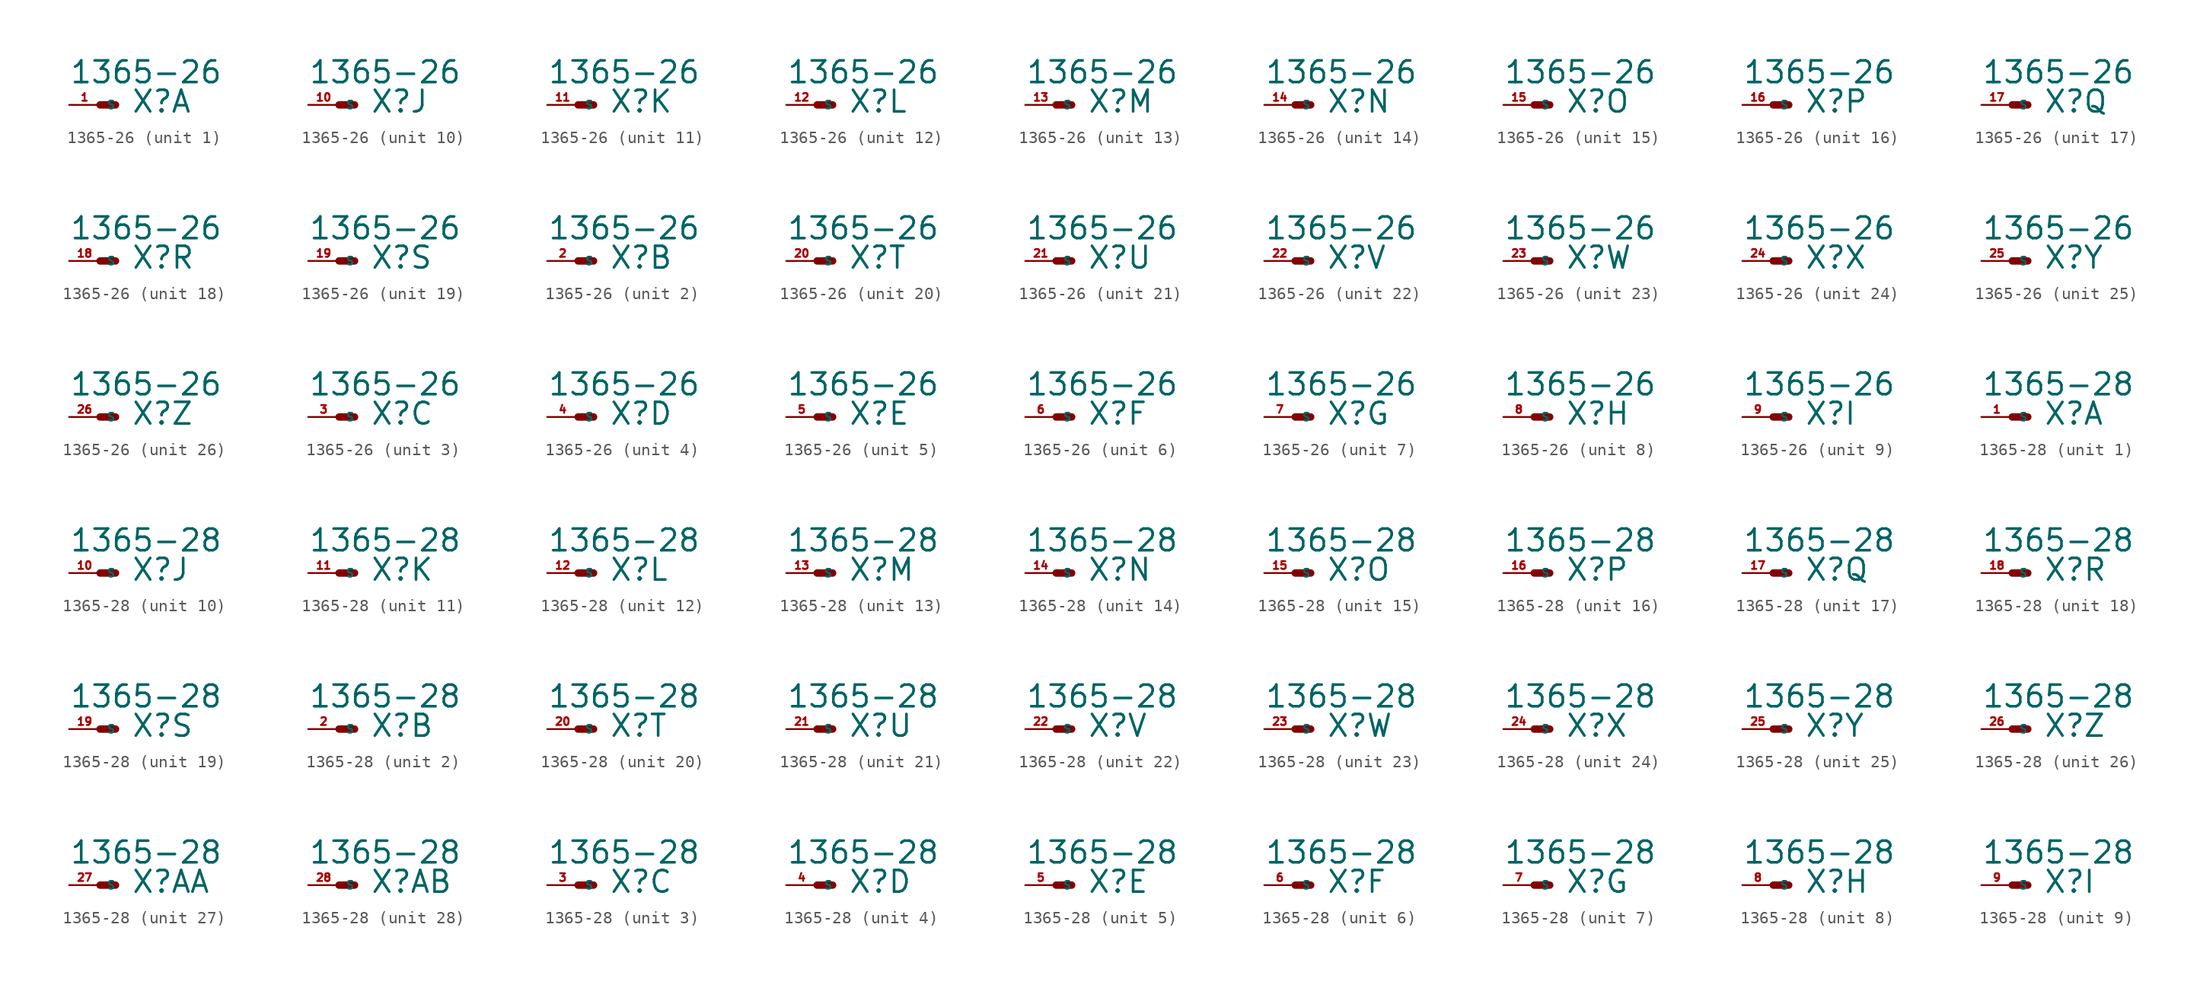
<source format=kicad_sym>
(kicad_symbol_lib
  (version 20220914)
  (generator Eagle2Kicad)
  (symbol "1365-26"
    (property "Reference" "X"
      (at 2.54 -0.762 0)
      (effects (font (size 1.778 1.778) (thickness 0.22)) (justify left bottom)))
    (property "Value" "1365-26"
      (at -2.54 1.651 0)
      (effects (font (size 1.778 1.778) (thickness 0.22)) (justify left bottom)))
    (symbol "1365-26_1_0"
      (polyline (pts (xy 0 0) (xy 1.27 0)) (stroke (width 0.61) (type default)) (fill (type none)))
      (pin passive line (at -2.54 0 0) (length 2.54) (name "S" (effects (font (size 0.635 0.635) (thickness 0.08)) (justify left bottom))) (number "1" (effects (font (size 0.635 0.635) (thickness 0.08)) (justify left bottom)))))
    (symbol "1365-26_2_0"
      (polyline (pts (xy 0 0) (xy 1.27 0)) (stroke (width 0.61) (type default)) (fill (type none)))
      (pin passive line (at -2.54 0 0) (length 2.54) (name "S" (effects (font (size 0.635 0.635) (thickness 0.08)) (justify left bottom))) (number "2" (effects (font (size 0.635 0.635) (thickness 0.08)) (justify left bottom)))))
    (symbol "1365-26_3_0"
      (polyline (pts (xy 0 0) (xy 1.27 0)) (stroke (width 0.61) (type default)) (fill (type none)))
      (pin passive line (at -2.54 0 0) (length 2.54) (name "S" (effects (font (size 0.635 0.635) (thickness 0.08)) (justify left bottom))) (number "3" (effects (font (size 0.635 0.635) (thickness 0.08)) (justify left bottom)))))
    (symbol "1365-26_4_0"
      (polyline (pts (xy 0 0) (xy 1.27 0)) (stroke (width 0.61) (type default)) (fill (type none)))
      (pin passive line (at -2.54 0 0) (length 2.54) (name "S" (effects (font (size 0.635 0.635) (thickness 0.08)) (justify left bottom))) (number "4" (effects (font (size 0.635 0.635) (thickness 0.08)) (justify left bottom)))))
    (symbol "1365-26_5_0"
      (polyline (pts (xy 0 0) (xy 1.27 0)) (stroke (width 0.61) (type default)) (fill (type none)))
      (pin passive line (at -2.54 0 0) (length 2.54) (name "S" (effects (font (size 0.635 0.635) (thickness 0.08)) (justify left bottom))) (number "5" (effects (font (size 0.635 0.635) (thickness 0.08)) (justify left bottom)))))
    (symbol "1365-26_6_0"
      (polyline (pts (xy 0 0) (xy 1.27 0)) (stroke (width 0.61) (type default)) (fill (type none)))
      (pin passive line (at -2.54 0 0) (length 2.54) (name "S" (effects (font (size 0.635 0.635) (thickness 0.08)) (justify left bottom))) (number "6" (effects (font (size 0.635 0.635) (thickness 0.08)) (justify left bottom)))))
    (symbol "1365-26_7_0"
      (polyline (pts (xy 0 0) (xy 1.27 0)) (stroke (width 0.61) (type default)) (fill (type none)))
      (pin passive line (at -2.54 0 0) (length 2.54) (name "S" (effects (font (size 0.635 0.635) (thickness 0.08)) (justify left bottom))) (number "7" (effects (font (size 0.635 0.635) (thickness 0.08)) (justify left bottom)))))
    (symbol "1365-26_8_0"
      (polyline (pts (xy 0 0) (xy 1.27 0)) (stroke (width 0.61) (type default)) (fill (type none)))
      (pin passive line (at -2.54 0 0) (length 2.54) (name "S" (effects (font (size 0.635 0.635) (thickness 0.08)) (justify left bottom))) (number "8" (effects (font (size 0.635 0.635) (thickness 0.08)) (justify left bottom)))))
    (symbol "1365-26_9_0"
      (polyline (pts (xy 0 0) (xy 1.27 0)) (stroke (width 0.61) (type default)) (fill (type none)))
      (pin passive line (at -2.54 0 0) (length 2.54) (name "S" (effects (font (size 0.635 0.635) (thickness 0.08)) (justify left bottom))) (number "9" (effects (font (size 0.635 0.635) (thickness 0.08)) (justify left bottom)))))
    (symbol "1365-26_10_0"
      (polyline (pts (xy 0 0) (xy 1.27 0)) (stroke (width 0.61) (type default)) (fill (type none)))
      (pin passive line (at -2.54 0 0) (length 2.54) (name "S" (effects (font (size 0.635 0.635) (thickness 0.08)) (justify left bottom))) (number "10" (effects (font (size 0.635 0.635) (thickness 0.08)) (justify left bottom)))))
    (symbol "1365-26_11_0"
      (polyline (pts (xy 0 0) (xy 1.27 0)) (stroke (width 0.61) (type default)) (fill (type none)))
      (pin passive line (at -2.54 0 0) (length 2.54) (name "S" (effects (font (size 0.635 0.635) (thickness 0.08)) (justify left bottom))) (number "11" (effects (font (size 0.635 0.635) (thickness 0.08)) (justify left bottom)))))
    (symbol "1365-26_12_0"
      (polyline (pts (xy 0 0) (xy 1.27 0)) (stroke (width 0.61) (type default)) (fill (type none)))
      (pin passive line (at -2.54 0 0) (length 2.54) (name "S" (effects (font (size 0.635 0.635) (thickness 0.08)) (justify left bottom))) (number "12" (effects (font (size 0.635 0.635) (thickness 0.08)) (justify left bottom)))))
    (symbol "1365-26_13_0"
      (polyline (pts (xy 0 0) (xy 1.27 0)) (stroke (width 0.61) (type default)) (fill (type none)))
      (pin passive line (at -2.54 0 0) (length 2.54) (name "S" (effects (font (size 0.635 0.635) (thickness 0.08)) (justify left bottom))) (number "13" (effects (font (size 0.635 0.635) (thickness 0.08)) (justify left bottom)))))
    (symbol "1365-26_14_0"
      (polyline (pts (xy 0 0) (xy 1.27 0)) (stroke (width 0.61) (type default)) (fill (type none)))
      (pin passive line (at -2.54 0 0) (length 2.54) (name "S" (effects (font (size 0.635 0.635) (thickness 0.08)) (justify left bottom))) (number "14" (effects (font (size 0.635 0.635) (thickness 0.08)) (justify left bottom)))))
    (symbol "1365-26_15_0"
      (polyline (pts (xy 0 0) (xy 1.27 0)) (stroke (width 0.61) (type default)) (fill (type none)))
      (pin passive line (at -2.54 0 0) (length 2.54) (name "S" (effects (font (size 0.635 0.635) (thickness 0.08)) (justify left bottom))) (number "15" (effects (font (size 0.635 0.635) (thickness 0.08)) (justify left bottom)))))
    (symbol "1365-26_16_0"
      (polyline (pts (xy 0 0) (xy 1.27 0)) (stroke (width 0.61) (type default)) (fill (type none)))
      (pin passive line (at -2.54 0 0) (length 2.54) (name "S" (effects (font (size 0.635 0.635) (thickness 0.08)) (justify left bottom))) (number "16" (effects (font (size 0.635 0.635) (thickness 0.08)) (justify left bottom)))))
    (symbol "1365-26_17_0"
      (polyline (pts (xy 0 0) (xy 1.27 0)) (stroke (width 0.61) (type default)) (fill (type none)))
      (pin passive line (at -2.54 0 0) (length 2.54) (name "S" (effects (font (size 0.635 0.635) (thickness 0.08)) (justify left bottom))) (number "17" (effects (font (size 0.635 0.635) (thickness 0.08)) (justify left bottom)))))
    (symbol "1365-26_18_0"
      (polyline (pts (xy 0 0) (xy 1.27 0)) (stroke (width 0.61) (type default)) (fill (type none)))
      (pin passive line (at -2.54 0 0) (length 2.54) (name "S" (effects (font (size 0.635 0.635) (thickness 0.08)) (justify left bottom))) (number "18" (effects (font (size 0.635 0.635) (thickness 0.08)) (justify left bottom)))))
    (symbol "1365-26_19_0"
      (polyline (pts (xy 0 0) (xy 1.27 0)) (stroke (width 0.61) (type default)) (fill (type none)))
      (pin passive line (at -2.54 0 0) (length 2.54) (name "S" (effects (font (size 0.635 0.635) (thickness 0.08)) (justify left bottom))) (number "19" (effects (font (size 0.635 0.635) (thickness 0.08)) (justify left bottom)))))
    (symbol "1365-26_20_0"
      (polyline (pts (xy 0 0) (xy 1.27 0)) (stroke (width 0.61) (type default)) (fill (type none)))
      (pin passive line (at -2.54 0 0) (length 2.54) (name "S" (effects (font (size 0.635 0.635) (thickness 0.08)) (justify left bottom))) (number "20" (effects (font (size 0.635 0.635) (thickness 0.08)) (justify left bottom)))))
    (symbol "1365-26_21_0"
      (polyline (pts (xy 0 0) (xy 1.27 0)) (stroke (width 0.61) (type default)) (fill (type none)))
      (pin passive line (at -2.54 0 0) (length 2.54) (name "S" (effects (font (size 0.635 0.635) (thickness 0.08)) (justify left bottom))) (number "21" (effects (font (size 0.635 0.635) (thickness 0.08)) (justify left bottom)))))
    (symbol "1365-26_22_0"
      (polyline (pts (xy 0 0) (xy 1.27 0)) (stroke (width 0.61) (type default)) (fill (type none)))
      (pin passive line (at -2.54 0 0) (length 2.54) (name "S" (effects (font (size 0.635 0.635) (thickness 0.08)) (justify left bottom))) (number "22" (effects (font (size 0.635 0.635) (thickness 0.08)) (justify left bottom)))))
    (symbol "1365-26_23_0"
      (polyline (pts (xy 0 0) (xy 1.27 0)) (stroke (width 0.61) (type default)) (fill (type none)))
      (pin passive line (at -2.54 0 0) (length 2.54) (name "S" (effects (font (size 0.635 0.635) (thickness 0.08)) (justify left bottom))) (number "23" (effects (font (size 0.635 0.635) (thickness 0.08)) (justify left bottom)))))
    (symbol "1365-26_24_0"
      (polyline (pts (xy 0 0) (xy 1.27 0)) (stroke (width 0.61) (type default)) (fill (type none)))
      (pin passive line (at -2.54 0 0) (length 2.54) (name "S" (effects (font (size 0.635 0.635) (thickness 0.08)) (justify left bottom))) (number "24" (effects (font (size 0.635 0.635) (thickness 0.08)) (justify left bottom)))))
    (symbol "1365-26_25_0"
      (polyline (pts (xy 0 0) (xy 1.27 0)) (stroke (width 0.61) (type default)) (fill (type none)))
      (pin passive line (at -2.54 0 0) (length 2.54) (name "S" (effects (font (size 0.635 0.635) (thickness 0.08)) (justify left bottom))) (number "25" (effects (font (size 0.635 0.635) (thickness 0.08)) (justify left bottom)))))
    (symbol "1365-26_26_0"
      (polyline (pts (xy 0 0) (xy 1.27 0)) (stroke (width 0.61) (type default)) (fill (type none)))
      (pin passive line (at -2.54 0 0) (length 2.54) (name "S" (effects (font (size 0.635 0.635) (thickness 0.08)) (justify left bottom))) (number "26" (effects (font (size 0.635 0.635) (thickness 0.08)) (justify left bottom))))))
  (symbol "1365-28"
    (property "Reference" "X"
      (at 2.54 -0.762 0)
      (effects (font (size 1.778 1.778) (thickness 0.22)) (justify left bottom)))
    (property "Value" "1365-28"
      (at -2.54 1.651 0)
      (effects (font (size 1.778 1.778) (thickness 0.22)) (justify left bottom)))
    (symbol "1365-28_1_0"
      (polyline (pts (xy 0 0) (xy 1.27 0)) (stroke (width 0.61) (type default)) (fill (type none)))
      (pin passive line (at -2.54 0 0) (length 2.54) (name "S" (effects (font (size 0.635 0.635) (thickness 0.08)) (justify left bottom))) (number "1" (effects (font (size 0.635 0.635) (thickness 0.08)) (justify left bottom)))))
    (symbol "1365-28_2_0"
      (polyline (pts (xy 0 0) (xy 1.27 0)) (stroke (width 0.61) (type default)) (fill (type none)))
      (pin passive line (at -2.54 0 0) (length 2.54) (name "S" (effects (font (size 0.635 0.635) (thickness 0.08)) (justify left bottom))) (number "2" (effects (font (size 0.635 0.635) (thickness 0.08)) (justify left bottom)))))
    (symbol "1365-28_3_0"
      (polyline (pts (xy 0 0) (xy 1.27 0)) (stroke (width 0.61) (type default)) (fill (type none)))
      (pin passive line (at -2.54 0 0) (length 2.54) (name "S" (effects (font (size 0.635 0.635) (thickness 0.08)) (justify left bottom))) (number "3" (effects (font (size 0.635 0.635) (thickness 0.08)) (justify left bottom)))))
    (symbol "1365-28_4_0"
      (polyline (pts (xy 0 0) (xy 1.27 0)) (stroke (width 0.61) (type default)) (fill (type none)))
      (pin passive line (at -2.54 0 0) (length 2.54) (name "S" (effects (font (size 0.635 0.635) (thickness 0.08)) (justify left bottom))) (number "4" (effects (font (size 0.635 0.635) (thickness 0.08)) (justify left bottom)))))
    (symbol "1365-28_5_0"
      (polyline (pts (xy 0 0) (xy 1.27 0)) (stroke (width 0.61) (type default)) (fill (type none)))
      (pin passive line (at -2.54 0 0) (length 2.54) (name "S" (effects (font (size 0.635 0.635) (thickness 0.08)) (justify left bottom))) (number "5" (effects (font (size 0.635 0.635) (thickness 0.08)) (justify left bottom)))))
    (symbol "1365-28_6_0"
      (polyline (pts (xy 0 0) (xy 1.27 0)) (stroke (width 0.61) (type default)) (fill (type none)))
      (pin passive line (at -2.54 0 0) (length 2.54) (name "S" (effects (font (size 0.635 0.635) (thickness 0.08)) (justify left bottom))) (number "6" (effects (font (size 0.635 0.635) (thickness 0.08)) (justify left bottom)))))
    (symbol "1365-28_7_0"
      (polyline (pts (xy 0 0) (xy 1.27 0)) (stroke (width 0.61) (type default)) (fill (type none)))
      (pin passive line (at -2.54 0 0) (length 2.54) (name "S" (effects (font (size 0.635 0.635) (thickness 0.08)) (justify left bottom))) (number "7" (effects (font (size 0.635 0.635) (thickness 0.08)) (justify left bottom)))))
    (symbol "1365-28_8_0"
      (polyline (pts (xy 0 0) (xy 1.27 0)) (stroke (width 0.61) (type default)) (fill (type none)))
      (pin passive line (at -2.54 0 0) (length 2.54) (name "S" (effects (font (size 0.635 0.635) (thickness 0.08)) (justify left bottom))) (number "8" (effects (font (size 0.635 0.635) (thickness 0.08)) (justify left bottom)))))
    (symbol "1365-28_9_0"
      (polyline (pts (xy 0 0) (xy 1.27 0)) (stroke (width 0.61) (type default)) (fill (type none)))
      (pin passive line (at -2.54 0 0) (length 2.54) (name "S" (effects (font (size 0.635 0.635) (thickness 0.08)) (justify left bottom))) (number "9" (effects (font (size 0.635 0.635) (thickness 0.08)) (justify left bottom)))))
    (symbol "1365-28_10_0"
      (polyline (pts (xy 0 0) (xy 1.27 0)) (stroke (width 0.61) (type default)) (fill (type none)))
      (pin passive line (at -2.54 0 0) (length 2.54) (name "S" (effects (font (size 0.635 0.635) (thickness 0.08)) (justify left bottom))) (number "10" (effects (font (size 0.635 0.635) (thickness 0.08)) (justify left bottom)))))
    (symbol "1365-28_11_0"
      (polyline (pts (xy 0 0) (xy 1.27 0)) (stroke (width 0.61) (type default)) (fill (type none)))
      (pin passive line (at -2.54 0 0) (length 2.54) (name "S" (effects (font (size 0.635 0.635) (thickness 0.08)) (justify left bottom))) (number "11" (effects (font (size 0.635 0.635) (thickness 0.08)) (justify left bottom)))))
    (symbol "1365-28_12_0"
      (polyline (pts (xy 0 0) (xy 1.27 0)) (stroke (width 0.61) (type default)) (fill (type none)))
      (pin passive line (at -2.54 0 0) (length 2.54) (name "S" (effects (font (size 0.635 0.635) (thickness 0.08)) (justify left bottom))) (number "12" (effects (font (size 0.635 0.635) (thickness 0.08)) (justify left bottom)))))
    (symbol "1365-28_13_0"
      (polyline (pts (xy 0 0) (xy 1.27 0)) (stroke (width 0.61) (type default)) (fill (type none)))
      (pin passive line (at -2.54 0 0) (length 2.54) (name "S" (effects (font (size 0.635 0.635) (thickness 0.08)) (justify left bottom))) (number "13" (effects (font (size 0.635 0.635) (thickness 0.08)) (justify left bottom)))))
    (symbol "1365-28_14_0"
      (polyline (pts (xy 0 0) (xy 1.27 0)) (stroke (width 0.61) (type default)) (fill (type none)))
      (pin passive line (at -2.54 0 0) (length 2.54) (name "S" (effects (font (size 0.635 0.635) (thickness 0.08)) (justify left bottom))) (number "14" (effects (font (size 0.635 0.635) (thickness 0.08)) (justify left bottom)))))
    (symbol "1365-28_15_0"
      (polyline (pts (xy 0 0) (xy 1.27 0)) (stroke (width 0.61) (type default)) (fill (type none)))
      (pin passive line (at -2.54 0 0) (length 2.54) (name "S" (effects (font (size 0.635 0.635) (thickness 0.08)) (justify left bottom))) (number "15" (effects (font (size 0.635 0.635) (thickness 0.08)) (justify left bottom)))))
    (symbol "1365-28_16_0"
      (polyline (pts (xy 0 0) (xy 1.27 0)) (stroke (width 0.61) (type default)) (fill (type none)))
      (pin passive line (at -2.54 0 0) (length 2.54) (name "S" (effects (font (size 0.635 0.635) (thickness 0.08)) (justify left bottom))) (number "16" (effects (font (size 0.635 0.635) (thickness 0.08)) (justify left bottom)))))
    (symbol "1365-28_17_0"
      (polyline (pts (xy 0 0) (xy 1.27 0)) (stroke (width 0.61) (type default)) (fill (type none)))
      (pin passive line (at -2.54 0 0) (length 2.54) (name "S" (effects (font (size 0.635 0.635) (thickness 0.08)) (justify left bottom))) (number "17" (effects (font (size 0.635 0.635) (thickness 0.08)) (justify left bottom)))))
    (symbol "1365-28_18_0"
      (polyline (pts (xy 0 0) (xy 1.27 0)) (stroke (width 0.61) (type default)) (fill (type none)))
      (pin passive line (at -2.54 0 0) (length 2.54) (name "S" (effects (font (size 0.635 0.635) (thickness 0.08)) (justify left bottom))) (number "18" (effects (font (size 0.635 0.635) (thickness 0.08)) (justify left bottom)))))
    (symbol "1365-28_19_0"
      (polyline (pts (xy 0 0) (xy 1.27 0)) (stroke (width 0.61) (type default)) (fill (type none)))
      (pin passive line (at -2.54 0 0) (length 2.54) (name "S" (effects (font (size 0.635 0.635) (thickness 0.08)) (justify left bottom))) (number "19" (effects (font (size 0.635 0.635) (thickness 0.08)) (justify left bottom)))))
    (symbol "1365-28_20_0"
      (polyline (pts (xy 0 0) (xy 1.27 0)) (stroke (width 0.61) (type default)) (fill (type none)))
      (pin passive line (at -2.54 0 0) (length 2.54) (name "S" (effects (font (size 0.635 0.635) (thickness 0.08)) (justify left bottom))) (number "20" (effects (font (size 0.635 0.635) (thickness 0.08)) (justify left bottom)))))
    (symbol "1365-28_21_0"
      (polyline (pts (xy 0 0) (xy 1.27 0)) (stroke (width 0.61) (type default)) (fill (type none)))
      (pin passive line (at -2.54 0 0) (length 2.54) (name "S" (effects (font (size 0.635 0.635) (thickness 0.08)) (justify left bottom))) (number "21" (effects (font (size 0.635 0.635) (thickness 0.08)) (justify left bottom)))))
    (symbol "1365-28_22_0"
      (polyline (pts (xy 0 0) (xy 1.27 0)) (stroke (width 0.61) (type default)) (fill (type none)))
      (pin passive line (at -2.54 0 0) (length 2.54) (name "S" (effects (font (size 0.635 0.635) (thickness 0.08)) (justify left bottom))) (number "22" (effects (font (size 0.635 0.635) (thickness 0.08)) (justify left bottom)))))
    (symbol "1365-28_23_0"
      (polyline (pts (xy 0 0) (xy 1.27 0)) (stroke (width 0.61) (type default)) (fill (type none)))
      (pin passive line (at -2.54 0 0) (length 2.54) (name "S" (effects (font (size 0.635 0.635) (thickness 0.08)) (justify left bottom))) (number "23" (effects (font (size 0.635 0.635) (thickness 0.08)) (justify left bottom)))))
    (symbol "1365-28_24_0"
      (polyline (pts (xy 0 0) (xy 1.27 0)) (stroke (width 0.61) (type default)) (fill (type none)))
      (pin passive line (at -2.54 0 0) (length 2.54) (name "S" (effects (font (size 0.635 0.635) (thickness 0.08)) (justify left bottom))) (number "24" (effects (font (size 0.635 0.635) (thickness 0.08)) (justify left bottom)))))
    (symbol "1365-28_25_0"
      (polyline (pts (xy 0 0) (xy 1.27 0)) (stroke (width 0.61) (type default)) (fill (type none)))
      (pin passive line (at -2.54 0 0) (length 2.54) (name "S" (effects (font (size 0.635 0.635) (thickness 0.08)) (justify left bottom))) (number "25" (effects (font (size 0.635 0.635) (thickness 0.08)) (justify left bottom)))))
    (symbol "1365-28_26_0"
      (polyline (pts (xy 0 0) (xy 1.27 0)) (stroke (width 0.61) (type default)) (fill (type none)))
      (pin passive line (at -2.54 0 0) (length 2.54) (name "S" (effects (font (size 0.635 0.635) (thickness 0.08)) (justify left bottom))) (number "26" (effects (font (size 0.635 0.635) (thickness 0.08)) (justify left bottom)))))
    (symbol "1365-28_27_0"
      (polyline (pts (xy 0 0) (xy 1.27 0)) (stroke (width 0.61) (type default)) (fill (type none)))
      (pin passive line (at -2.54 0 0) (length 2.54) (name "S" (effects (font (size 0.635 0.635) (thickness 0.08)) (justify left bottom))) (number "27" (effects (font (size 0.635 0.635) (thickness 0.08)) (justify left bottom)))))
    (symbol "1365-28_28_0"
      (polyline (pts (xy 0 0) (xy 1.27 0)) (stroke (width 0.61) (type default)) (fill (type none)))
      (pin passive line (at -2.54 0 0) (length 2.54) (name "S" (effects (font (size 0.635 0.635) (thickness 0.08)) (justify left bottom))) (number "28" (effects (font (size 0.635 0.635) (thickness 0.08)) (justify left bottom)))))))
</source>
